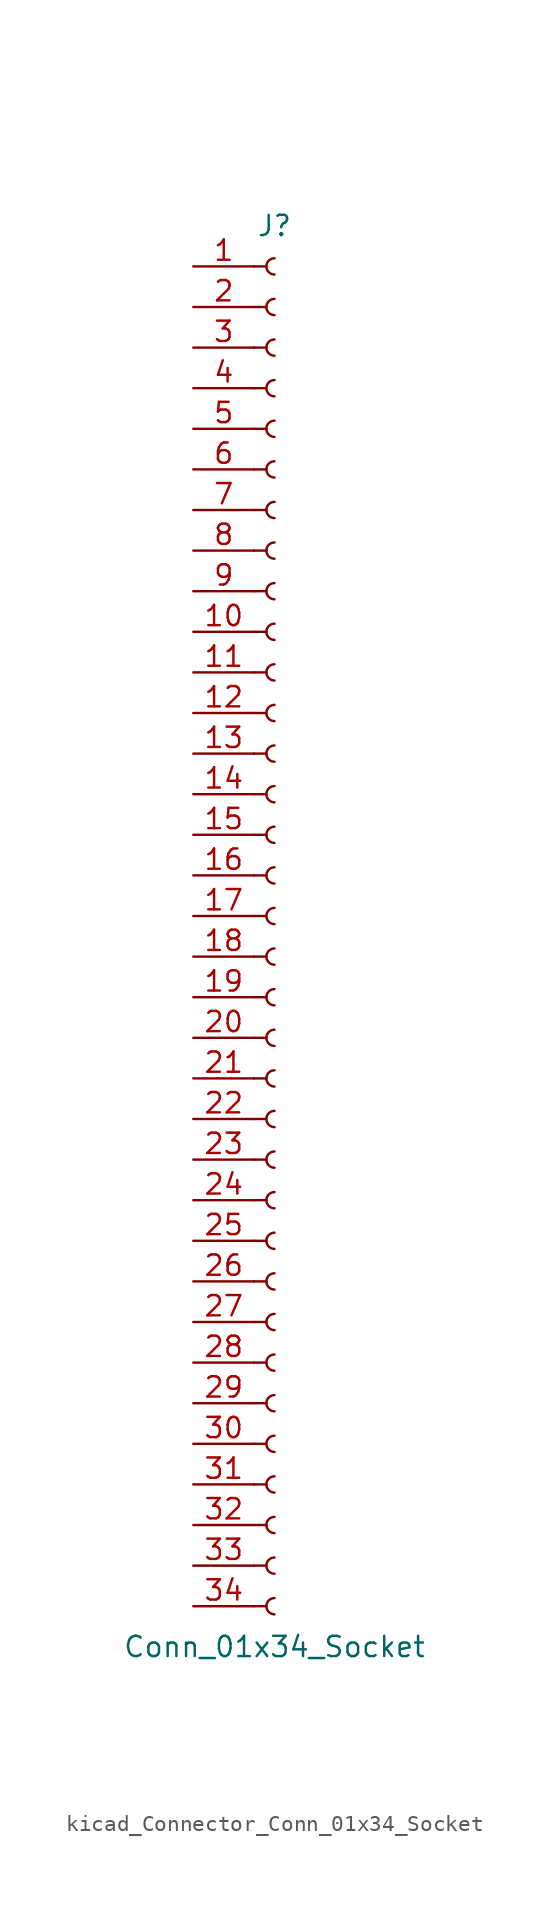
<source format=kicad_sym>
(kicad_symbol_lib
  (version 20220914)
  (generator kicad_symbol_editor)
  (symbol "kicad_Connector_Conn_01x34_Socket"
    (pin_names
      (offset 1.016) hide)
    (property "Reference" "J"
      (at 0 43.18 0)
      (effects (font (size 1.27 1.27))))
    (property "Value" "Conn_01x34_Socket"
      (at 0 -45.72 0)
      (effects (font (size 1.27 1.27))))
    (property "ki_locked" ""
      (at 0 0 0)
      (effects (font (size 1.27 1.27))))
    (symbol "kicad_Connector_Conn_01x34_Socket_1_1"
      (arc (start 0 -42.672) (mid -0.5058 -43.18) (end 0 -43.688) (stroke (width 0.1524) (type default)) (fill (type none)))
      (arc (start 0 -40.132) (mid -0.5058 -40.64) (end 0 -41.148) (stroke (width 0.1524) (type default)) (fill (type none)))
      (arc (start 0 -37.592) (mid -0.5058 -38.1) (end 0 -38.608) (stroke (width 0.1524) (type default)) (fill (type none)))
      (arc (start 0 -35.052) (mid -0.5058 -35.56) (end 0 -36.068) (stroke (width 0.1524) (type default)) (fill (type none)))
      (arc (start 0 -32.512) (mid -0.5058 -33.02) (end 0 -33.528) (stroke (width 0.1524) (type default)) (fill (type none)))
      (arc (start 0 -29.972) (mid -0.5058 -30.48) (end 0 -30.988) (stroke (width 0.1524) (type default)) (fill (type none)))
      (arc (start 0 -27.432) (mid -0.5058 -27.94) (end 0 -28.448) (stroke (width 0.1524) (type default)) (fill (type none)))
      (arc (start 0 -24.892) (mid -0.5058 -25.4) (end 0 -25.908) (stroke (width 0.1524) (type default)) (fill (type none)))
      (arc (start 0 -22.352) (mid -0.5058 -22.86) (end 0 -23.368) (stroke (width 0.1524) (type default)) (fill (type none)))
      (arc (start 0 -19.812) (mid -0.5058 -20.32) (end 0 -20.828) (stroke (width 0.1524) (type default)) (fill (type none)))
      (arc (start 0 -17.272) (mid -0.5058 -17.78) (end 0 -18.288) (stroke (width 0.1524) (type default)) (fill (type none)))
      (arc (start 0 -14.732) (mid -0.5058 -15.24) (end 0 -15.748) (stroke (width 0.1524) (type default)) (fill (type none)))
      (arc (start 0 -12.192) (mid -0.5058 -12.7) (end 0 -13.208) (stroke (width 0.1524) (type default)) (fill (type none)))
      (arc (start 0 -9.652) (mid -0.5058 -10.16) (end 0 -10.668) (stroke (width 0.1524) (type default)) (fill (type none)))
      (arc (start 0 -7.112) (mid -0.5058 -7.62) (end 0 -8.128) (stroke (width 0.1524) (type default)) (fill (type none)))
      (arc (start 0 -4.572) (mid -0.5058 -5.08) (end 0 -5.588) (stroke (width 0.1524) (type default)) (fill (type none)))
      (arc (start 0 -2.032) (mid -0.5058 -2.54) (end 0 -3.048) (stroke (width 0.1524) (type default)) (fill (type none)))
      (polyline (pts (xy -1.27 -43.18) (xy -0.508 -43.18)) (stroke (width 0.152) (type default)) (fill (type none)))
      (polyline (pts (xy -1.27 -40.64) (xy -0.508 -40.64)) (stroke (width 0.152) (type default)) (fill (type none)))
      (polyline (pts (xy -1.27 -38.1) (xy -0.508 -38.1)) (stroke (width 0.152) (type default)) (fill (type none)))
      (polyline (pts (xy -1.27 -35.56) (xy -0.508 -35.56)) (stroke (width 0.152) (type default)) (fill (type none)))
      (polyline (pts (xy -1.27 -33.02) (xy -0.508 -33.02)) (stroke (width 0.152) (type default)) (fill (type none)))
      (polyline (pts (xy -1.27 -30.48) (xy -0.508 -30.48)) (stroke (width 0.152) (type default)) (fill (type none)))
      (polyline (pts (xy -1.27 -27.94) (xy -0.508 -27.94)) (stroke (width 0.152) (type default)) (fill (type none)))
      (polyline (pts (xy -1.27 -25.4) (xy -0.508 -25.4)) (stroke (width 0.152) (type default)) (fill (type none)))
      (polyline (pts (xy -1.27 -22.86) (xy -0.508 -22.86)) (stroke (width 0.152) (type default)) (fill (type none)))
      (polyline (pts (xy -1.27 -20.32) (xy -0.508 -20.32)) (stroke (width 0.152) (type default)) (fill (type none)))
      (polyline (pts (xy -1.27 -17.78) (xy -0.508 -17.78)) (stroke (width 0.152) (type default)) (fill (type none)))
      (polyline (pts (xy -1.27 -15.24) (xy -0.508 -15.24)) (stroke (width 0.152) (type default)) (fill (type none)))
      (polyline (pts (xy -1.27 -12.7) (xy -0.508 -12.7)) (stroke (width 0.152) (type default)) (fill (type none)))
      (polyline (pts (xy -1.27 -10.16) (xy -0.508 -10.16)) (stroke (width 0.152) (type default)) (fill (type none)))
      (polyline (pts (xy -1.27 -7.62) (xy -0.508 -7.62)) (stroke (width 0.152) (type default)) (fill (type none)))
      (polyline (pts (xy -1.27 -5.08) (xy -0.508 -5.08)) (stroke (width 0.152) (type default)) (fill (type none)))
      (polyline (pts (xy -1.27 -2.54) (xy -0.508 -2.54)) (stroke (width 0.152) (type default)) (fill (type none)))
      (polyline (pts (xy -1.27 0) (xy -0.508 0)) (stroke (width 0.152) (type default)) (fill (type none)))
      (polyline (pts (xy -1.27 2.54) (xy -0.508 2.54)) (stroke (width 0.152) (type default)) (fill (type none)))
      (polyline (pts (xy -1.27 5.08) (xy -0.508 5.08)) (stroke (width 0.152) (type default)) (fill (type none)))
      (polyline (pts (xy -1.27 7.62) (xy -0.508 7.62)) (stroke (width 0.152) (type default)) (fill (type none)))
      (polyline (pts (xy -1.27 10.16) (xy -0.508 10.16)) (stroke (width 0.152) (type default)) (fill (type none)))
      (polyline (pts (xy -1.27 12.7) (xy -0.508 12.7)) (stroke (width 0.152) (type default)) (fill (type none)))
      (polyline (pts (xy -1.27 15.24) (xy -0.508 15.24)) (stroke (width 0.152) (type default)) (fill (type none)))
      (polyline (pts (xy -1.27 17.78) (xy -0.508 17.78)) (stroke (width 0.152) (type default)) (fill (type none)))
      (polyline (pts (xy -1.27 20.32) (xy -0.508 20.32)) (stroke (width 0.152) (type default)) (fill (type none)))
      (polyline (pts (xy -1.27 22.86) (xy -0.508 22.86)) (stroke (width 0.152) (type default)) (fill (type none)))
      (polyline (pts (xy -1.27 25.4) (xy -0.508 25.4)) (stroke (width 0.152) (type default)) (fill (type none)))
      (polyline (pts (xy -1.27 27.94) (xy -0.508 27.94)) (stroke (width 0.152) (type default)) (fill (type none)))
      (polyline (pts (xy -1.27 30.48) (xy -0.508 30.48)) (stroke (width 0.152) (type default)) (fill (type none)))
      (polyline (pts (xy -1.27 33.02) (xy -0.508 33.02)) (stroke (width 0.152) (type default)) (fill (type none)))
      (polyline (pts (xy -1.27 35.56) (xy -0.508 35.56)) (stroke (width 0.152) (type default)) (fill (type none)))
      (polyline (pts (xy -1.27 38.1) (xy -0.508 38.1)) (stroke (width 0.152) (type default)) (fill (type none)))
      (polyline (pts (xy -1.27 40.64) (xy -0.508 40.64)) (stroke (width 0.152) (type default)) (fill (type none)))
      (arc (start 0 0.508) (mid -0.5058 0) (end 0 -0.508) (stroke (width 0.1524) (type default)) (fill (type none)))
      (arc (start 0 3.048) (mid -0.5058 2.54) (end 0 2.032) (stroke (width 0.1524) (type default)) (fill (type none)))
      (arc (start 0 5.588) (mid -0.5058 5.08) (end 0 4.572) (stroke (width 0.1524) (type default)) (fill (type none)))
      (arc (start 0 8.128) (mid -0.5058 7.62) (end 0 7.112) (stroke (width 0.1524) (type default)) (fill (type none)))
      (arc (start 0 10.668) (mid -0.5058 10.16) (end 0 9.652) (stroke (width 0.1524) (type default)) (fill (type none)))
      (arc (start 0 13.208) (mid -0.5058 12.7) (end 0 12.192) (stroke (width 0.1524) (type default)) (fill (type none)))
      (arc (start 0 15.748) (mid -0.5058 15.24) (end 0 14.732) (stroke (width 0.1524) (type default)) (fill (type none)))
      (arc (start 0 18.288) (mid -0.5058 17.78) (end 0 17.272) (stroke (width 0.1524) (type default)) (fill (type none)))
      (arc (start 0 20.828) (mid -0.5058 20.32) (end 0 19.812) (stroke (width 0.1524) (type default)) (fill (type none)))
      (arc (start 0 23.368) (mid -0.5058 22.86) (end 0 22.352) (stroke (width 0.1524) (type default)) (fill (type none)))
      (arc (start 0 25.908) (mid -0.5058 25.4) (end 0 24.892) (stroke (width 0.1524) (type default)) (fill (type none)))
      (arc (start 0 28.448) (mid -0.5058 27.94) (end 0 27.432) (stroke (width 0.1524) (type default)) (fill (type none)))
      (arc (start 0 30.988) (mid -0.5058 30.48) (end 0 29.972) (stroke (width 0.1524) (type default)) (fill (type none)))
      (arc (start 0 33.528) (mid -0.5058 33.02) (end 0 32.512) (stroke (width 0.1524) (type default)) (fill (type none)))
      (arc (start 0 36.068) (mid -0.5058 35.56) (end 0 35.052) (stroke (width 0.1524) (type default)) (fill (type none)))
      (arc (start 0 38.608) (mid -0.5058 38.1) (end 0 37.592) (stroke (width 0.1524) (type default)) (fill (type none)))
      (arc (start 0 41.148) (mid -0.5058 40.64) (end 0 40.132) (stroke (width 0.1524) (type default)) (fill (type none)))
      (pin passive line (at -5.08 40.64 0) (length 3.81) (name "Pin_1" (effects (font (size 1.27 1.27)))) (number "1" (effects (font (size 1.27 1.27)))))
      (pin passive line (at -5.08 17.78 0) (length 3.81) (name "Pin_10" (effects (font (size 1.27 1.27)))) (number "10" (effects (font (size 1.27 1.27)))))
      (pin passive line (at -5.08 15.24 0) (length 3.81) (name "Pin_11" (effects (font (size 1.27 1.27)))) (number "11" (effects (font (size 1.27 1.27)))))
      (pin passive line (at -5.08 12.7 0) (length 3.81) (name "Pin_12" (effects (font (size 1.27 1.27)))) (number "12" (effects (font (size 1.27 1.27)))))
      (pin passive line (at -5.08 10.16 0) (length 3.81) (name "Pin_13" (effects (font (size 1.27 1.27)))) (number "13" (effects (font (size 1.27 1.27)))))
      (pin passive line (at -5.08 7.62 0) (length 3.81) (name "Pin_14" (effects (font (size 1.27 1.27)))) (number "14" (effects (font (size 1.27 1.27)))))
      (pin passive line (at -5.08 5.08 0) (length 3.81) (name "Pin_15" (effects (font (size 1.27 1.27)))) (number "15" (effects (font (size 1.27 1.27)))))
      (pin passive line (at -5.08 2.54 0) (length 3.81) (name "Pin_16" (effects (font (size 1.27 1.27)))) (number "16" (effects (font (size 1.27 1.27)))))
      (pin passive line (at -5.08 0 0) (length 3.81) (name "Pin_17" (effects (font (size 1.27 1.27)))) (number "17" (effects (font (size 1.27 1.27)))))
      (pin passive line (at -5.08 -2.54 0) (length 3.81) (name "Pin_18" (effects (font (size 1.27 1.27)))) (number "18" (effects (font (size 1.27 1.27)))))
      (pin passive line (at -5.08 -5.08 0) (length 3.81) (name "Pin_19" (effects (font (size 1.27 1.27)))) (number "19" (effects (font (size 1.27 1.27)))))
      (pin passive line (at -5.08 38.1 0) (length 3.81) (name "Pin_2" (effects (font (size 1.27 1.27)))) (number "2" (effects (font (size 1.27 1.27)))))
      (pin passive line (at -5.08 -7.62 0) (length 3.81) (name "Pin_20" (effects (font (size 1.27 1.27)))) (number "20" (effects (font (size 1.27 1.27)))))
      (pin passive line (at -5.08 -10.16 0) (length 3.81) (name "Pin_21" (effects (font (size 1.27 1.27)))) (number "21" (effects (font (size 1.27 1.27)))))
      (pin passive line (at -5.08 -12.7 0) (length 3.81) (name "Pin_22" (effects (font (size 1.27 1.27)))) (number "22" (effects (font (size 1.27 1.27)))))
      (pin passive line (at -5.08 -15.24 0) (length 3.81) (name "Pin_23" (effects (font (size 1.27 1.27)))) (number "23" (effects (font (size 1.27 1.27)))))
      (pin passive line (at -5.08 -17.78 0) (length 3.81) (name "Pin_24" (effects (font (size 1.27 1.27)))) (number "24" (effects (font (size 1.27 1.27)))))
      (pin passive line (at -5.08 -20.32 0) (length 3.81) (name "Pin_25" (effects (font (size 1.27 1.27)))) (number "25" (effects (font (size 1.27 1.27)))))
      (pin passive line (at -5.08 -22.86 0) (length 3.81) (name "Pin_26" (effects (font (size 1.27 1.27)))) (number "26" (effects (font (size 1.27 1.27)))))
      (pin passive line (at -5.08 -25.4 0) (length 3.81) (name "Pin_27" (effects (font (size 1.27 1.27)))) (number "27" (effects (font (size 1.27 1.27)))))
      (pin passive line (at -5.08 -27.94 0) (length 3.81) (name "Pin_28" (effects (font (size 1.27 1.27)))) (number "28" (effects (font (size 1.27 1.27)))))
      (pin passive line (at -5.08 -30.48 0) (length 3.81) (name "Pin_29" (effects (font (size 1.27 1.27)))) (number "29" (effects (font (size 1.27 1.27)))))
      (pin passive line (at -5.08 35.56 0) (length 3.81) (name "Pin_3" (effects (font (size 1.27 1.27)))) (number "3" (effects (font (size 1.27 1.27)))))
      (pin passive line (at -5.08 -33.02 0) (length 3.81) (name "Pin_30" (effects (font (size 1.27 1.27)))) (number "30" (effects (font (size 1.27 1.27)))))
      (pin passive line (at -5.08 -35.56 0) (length 3.81) (name "Pin_31" (effects (font (size 1.27 1.27)))) (number "31" (effects (font (size 1.27 1.27)))))
      (pin passive line (at -5.08 -38.1 0) (length 3.81) (name "Pin_32" (effects (font (size 1.27 1.27)))) (number "32" (effects (font (size 1.27 1.27)))))
      (pin passive line (at -5.08 -40.64 0) (length 3.81) (name "Pin_33" (effects (font (size 1.27 1.27)))) (number "33" (effects (font (size 1.27 1.27)))))
      (pin passive line (at -5.08 -43.18 0) (length 3.81) (name "Pin_34" (effects (font (size 1.27 1.27)))) (number "34" (effects (font (size 1.27 1.27)))))
      (pin passive line (at -5.08 33.02 0) (length 3.81) (name "Pin_4" (effects (font (size 1.27 1.27)))) (number "4" (effects (font (size 1.27 1.27)))))
      (pin passive line (at -5.08 30.48 0) (length 3.81) (name "Pin_5" (effects (font (size 1.27 1.27)))) (number "5" (effects (font (size 1.27 1.27)))))
      (pin passive line (at -5.08 27.94 0) (length 3.81) (name "Pin_6" (effects (font (size 1.27 1.27)))) (number "6" (effects (font (size 1.27 1.27)))))
      (pin passive line (at -5.08 25.4 0) (length 3.81) (name "Pin_7" (effects (font (size 1.27 1.27)))) (number "7" (effects (font (size 1.27 1.27)))))
      (pin passive line (at -5.08 22.86 0) (length 3.81) (name "Pin_8" (effects (font (size 1.27 1.27)))) (number "8" (effects (font (size 1.27 1.27)))))
      (pin passive line (at -5.08 20.32 0) (length 3.81) (name "Pin_9" (effects (font (size 1.27 1.27)))) (number "9" (effects (font (size 1.27 1.27))))))))
</source>
